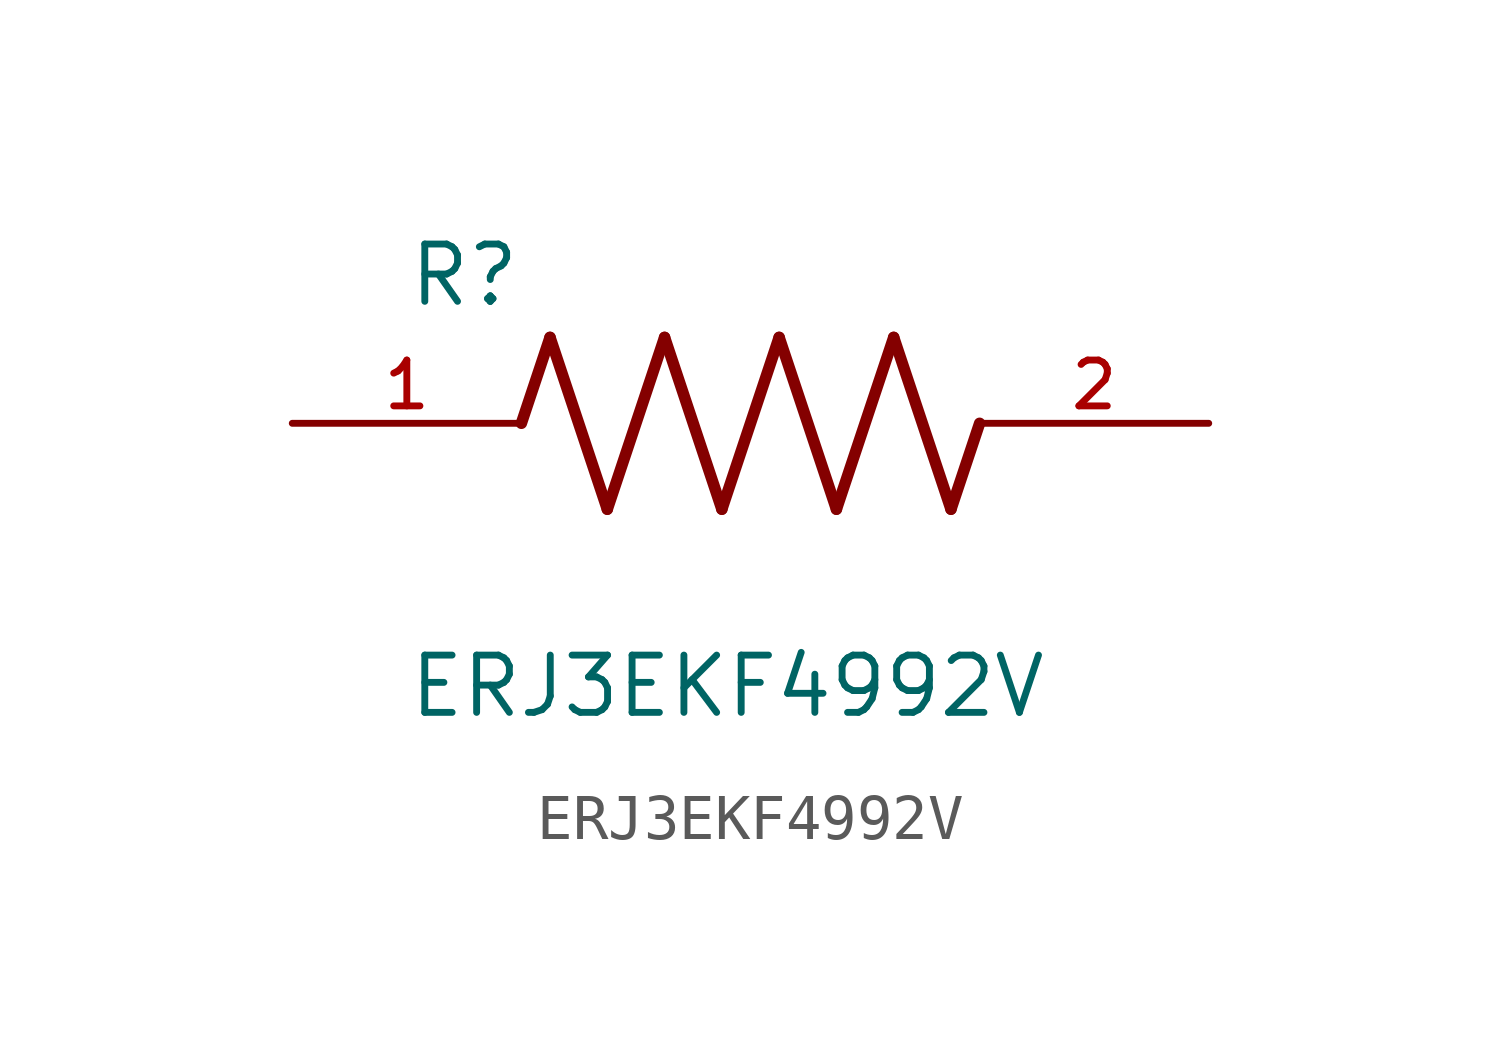
<source format=kicad_sym>
(kicad_symbol_lib
  (version 20211014)
  (generator kicad_symbol_editor)
  (symbol "ERJ3EKF4992V"
    (pin_names
      (offset 1.016))
    (property "Reference" "R"
      (at -7.624 2.541 0)
      (effects (font (size 1.27 1.27)) (justify bottom left)))
    (property "Value" "ERJ3EKF4992V"
      (at -7.624 -5.087 0)
      (effects (font (size 1.27 1.27)) (justify top left)))
    (symbol "ERJ3EKF4992V_0_0"
      (polyline (pts (xy -5.08 0.0) (xy -4.445 1.905)) (stroke (width 0.254)))
      (polyline (pts (xy -4.445 1.905) (xy -3.175 -1.905)) (stroke (width 0.254)))
      (polyline (pts (xy -3.175 -1.905) (xy -1.905 1.905)) (stroke (width 0.254)))
      (polyline (pts (xy -1.905 1.905) (xy -0.635 -1.905)) (stroke (width 0.254)))
      (polyline (pts (xy -0.635 -1.905) (xy 0.635 1.905)) (stroke (width 0.254)))
      (polyline (pts (xy 0.635 1.905) (xy 1.905 -1.905)) (stroke (width 0.254)))
      (polyline (pts (xy 1.905 -1.905) (xy 3.175 1.905)) (stroke (width 0.254)))
      (polyline (pts (xy 3.175 1.905) (xy 4.445 -1.905)) (stroke (width 0.254)))
      (polyline (pts (xy 4.445 -1.905) (xy 5.08 0.0)) (stroke (width 0.254)))
      (pin passive line (at -10.16 0.0 0) (length 5.08) (name "~" (effects (font (size 1.016 1.016)))) (number "1" (effects (font (size 1.016 1.016)))))
      (pin passive line (at 10.16 0.0 180.0) (length 5.08) (name "~" (effects (font (size 1.016 1.016)))) (number "2" (effects (font (size 1.016 1.016))))))))
</source>
